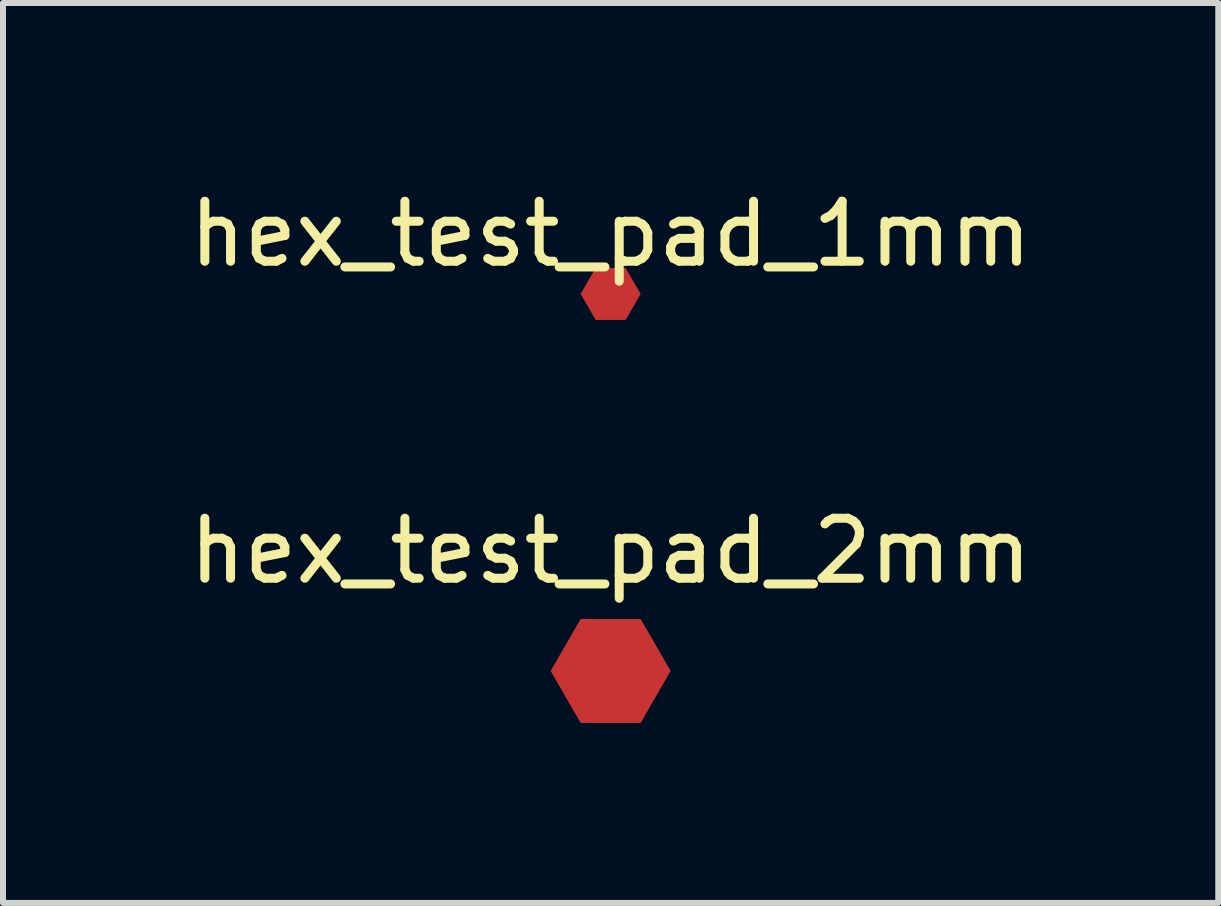
<source format=kicad_pcb>
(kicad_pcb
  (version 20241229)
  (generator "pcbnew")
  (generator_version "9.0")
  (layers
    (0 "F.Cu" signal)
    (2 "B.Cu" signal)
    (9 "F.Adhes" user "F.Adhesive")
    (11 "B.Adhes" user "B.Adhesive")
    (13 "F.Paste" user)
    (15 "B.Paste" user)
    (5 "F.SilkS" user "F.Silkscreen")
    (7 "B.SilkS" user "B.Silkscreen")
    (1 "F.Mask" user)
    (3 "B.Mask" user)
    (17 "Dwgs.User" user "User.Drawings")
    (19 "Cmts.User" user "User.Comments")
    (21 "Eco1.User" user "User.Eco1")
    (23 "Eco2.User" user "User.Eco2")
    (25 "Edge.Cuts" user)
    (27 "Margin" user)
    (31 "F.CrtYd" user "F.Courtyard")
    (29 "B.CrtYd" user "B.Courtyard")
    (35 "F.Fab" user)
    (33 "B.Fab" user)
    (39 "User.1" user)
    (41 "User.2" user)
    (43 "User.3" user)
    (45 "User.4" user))
  (footprint "hex_test_pad_1mm"
    (layer "F.Cu")
    (at 7.125 1.848)
    (property "Reference" "hex_test_pad_1mm" (at 0 -1 0) (layer "F.SilkS") (effects (font (size 1 1) (thickness 0.15))))
    (attr through_hole)
    (pad "1" smd custom (at 0 0) (size 0.5 0.5) (layers "F.Cu" "F.Mask" "F.Paste") (options (anchor rect)) (primitives (gr_poly (pts (xy -0.5 0) (xy -0.25 0.433) (xy 0.25 0.433) (xy 0.5 0) (xy 0.25 -0.433) (xy -0.25 -0.433)) (width 0) (fill yes)))))
  (footprint "hex_test_pad_2mm"
    (layer "F.Cu")
    (at 7.125 8.13)
    (property "Reference" "hex_test_pad_2mm" (at 0 -2 0) (layer "F.SilkS") (effects (font (size 1 1) (thickness 0.15))))
    (attr through_hole)
    (pad "1" smd custom (at 0 0) (size 1 1) (layers "F.Cu" "F.Mask" "F.Paste") (options (anchor rect)) (primitives (gr_poly (pts (xy -1 0) (xy -0.5 0.866) (xy 0.5 0.866) (xy 1 0) (xy 0.5 -0.866) (xy -0.5 -0.866)) (width 0) (fill yes)))))
  (gr_rect
    (start -3 -3)
    (end 17.25 11.995)
    (stroke (width 0.1) (type default))
    (fill no)
    (layer "Edge.Cuts")))
</source>
